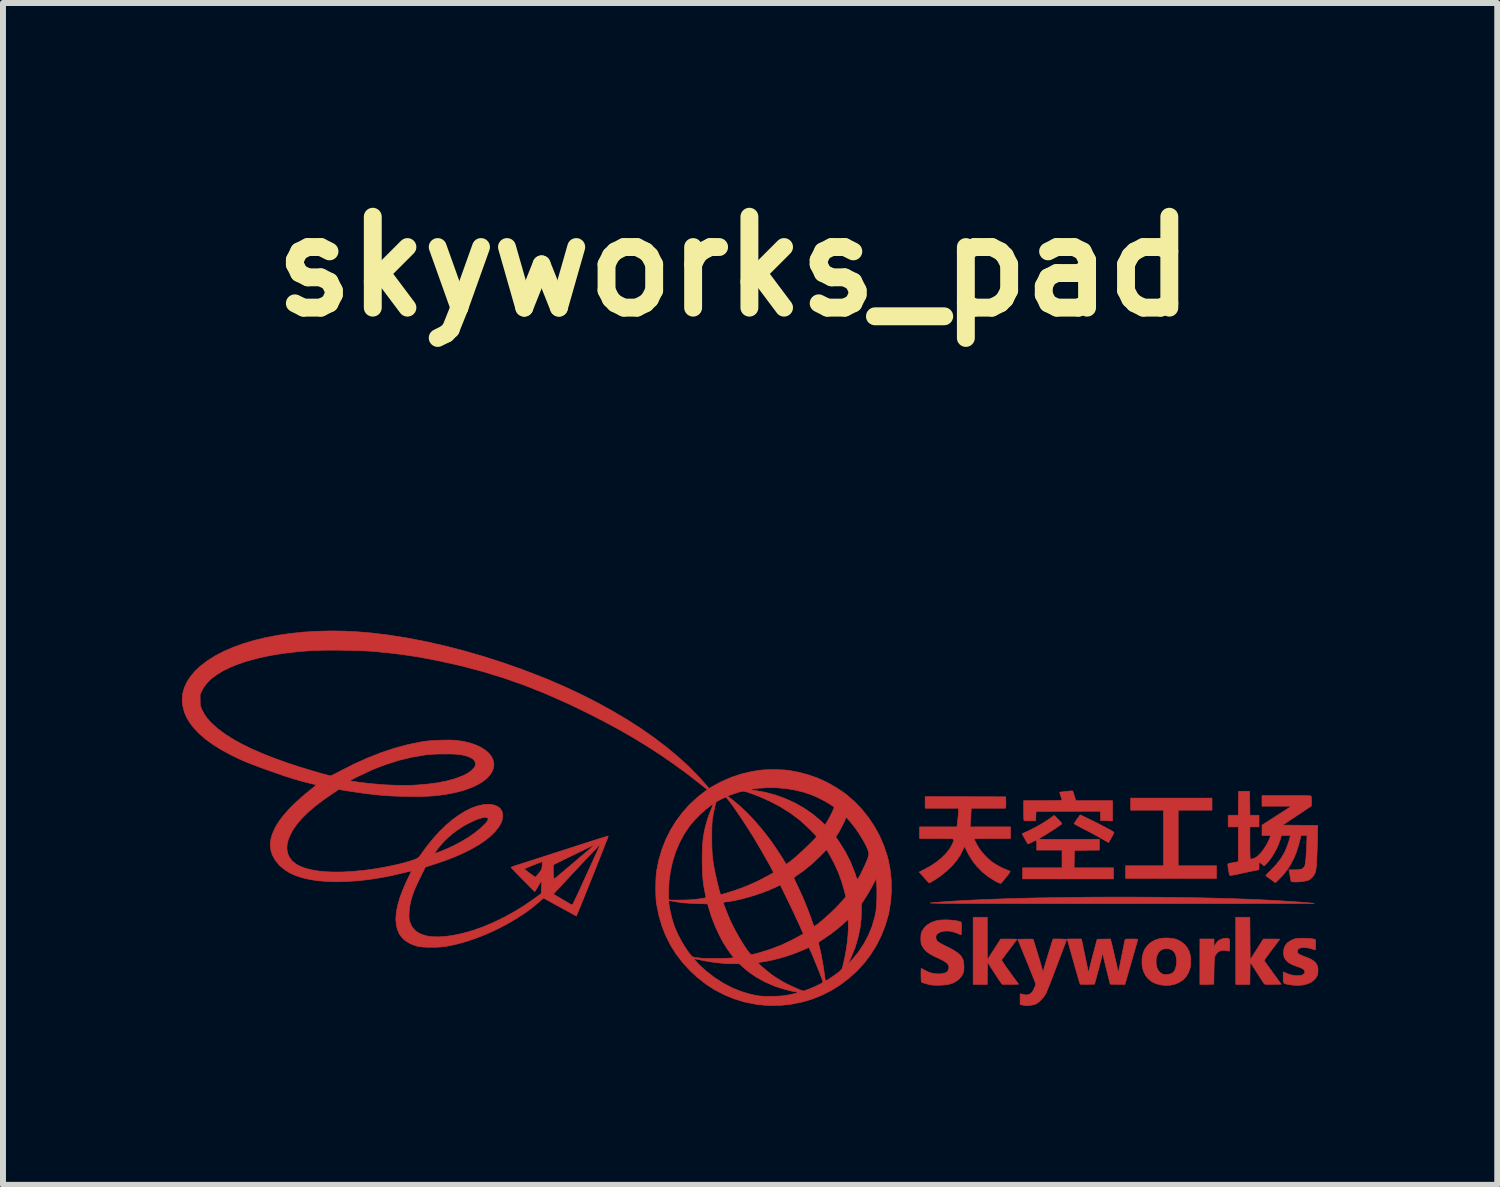
<source format=kicad_pcb>
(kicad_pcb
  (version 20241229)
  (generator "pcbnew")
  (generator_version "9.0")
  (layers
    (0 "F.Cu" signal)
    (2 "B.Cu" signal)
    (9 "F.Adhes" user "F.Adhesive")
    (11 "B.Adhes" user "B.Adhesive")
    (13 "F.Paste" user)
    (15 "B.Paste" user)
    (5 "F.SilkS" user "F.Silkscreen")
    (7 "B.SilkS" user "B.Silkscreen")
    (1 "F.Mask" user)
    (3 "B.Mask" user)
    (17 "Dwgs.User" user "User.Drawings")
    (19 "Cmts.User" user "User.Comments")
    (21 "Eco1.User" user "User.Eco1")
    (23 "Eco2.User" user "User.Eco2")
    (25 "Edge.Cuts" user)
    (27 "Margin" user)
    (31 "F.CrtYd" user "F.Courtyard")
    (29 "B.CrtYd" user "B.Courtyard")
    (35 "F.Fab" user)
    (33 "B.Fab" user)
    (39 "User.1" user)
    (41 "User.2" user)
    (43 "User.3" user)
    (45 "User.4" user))
  (footprint "skyworks_pad"
    (layer "F.Cu")
    (at 9.589 10.651)
    (property "Reference" "skyworks_pad" (at -0.33 -9.233 0) (layer "F.SilkS") (effects (font (size 1.524 1.524) (thickness 0.3))))
    (attr through_hole)
    (fp_poly (pts (xy 7.679 -0.119) (xy 7.112 -0.119) (xy 7.112 0.813) (xy 7.755 0.813) (xy 7.755 1.024) (xy 6.231 1.024) (xy 6.231 0.813) (xy 6.866 0.813) (xy 6.866 -0.119) (xy 6.316 -0.119) (xy 6.316 -0.322) (xy 7.679 -0.322) (xy 7.679 -0.119)) (stroke (width 0.01) (type solid)) (fill yes) (layer "F.Cu"))
    (fp_poly (pts (xy 5.594 0.019) (xy 5.672 0.057) (xy 5.746 0.093) (xy 5.814 0.128) (xy 5.876 0.16) (xy 5.93 0.189) (xy 5.975 0.213) (xy 6.008 0.233) (xy 6.029 0.247) (xy 6.037 0.254) (xy 6.033 0.265) (xy 6.023 0.285) (xy 6.008 0.313) (xy 5.992 0.343) (xy 5.975 0.373) (xy 5.96 0.399) (xy 5.949 0.416) (xy 5.944 0.423) (xy 5.935 0.418) (xy 5.915 0.407) (xy 5.885 0.39) (xy 5.848 0.369) (xy 5.817 0.351) (xy 5.769 0.323) (xy 5.71 0.291) (xy 5.647 0.257) (xy 5.584 0.224) (xy 5.531 0.197) (xy 5.483 0.172) (xy 5.441 0.15) (xy 5.406 0.131) (xy 5.382 0.117) (xy 5.369 0.109) (xy 5.368 0.107) (xy 5.373 0.098) (xy 5.385 0.078) (xy 5.404 0.051) (xy 5.419 0.029) (xy 5.47 -0.041) (xy 5.594 0.019)) (stroke (width 0.01) (type solid)) (fill yes) (layer "F.Cu"))
    (fp_poly (pts (xy 7.935 2.027) (xy 7.959 2.033) (xy 7.971 2.046) (xy 7.973 2.061) (xy 7.975 2.087) (xy 7.976 2.12) (xy 7.975 2.155) (xy 7.974 2.189) (xy 7.973 2.218) (xy 7.97 2.237) (xy 7.967 2.244) (xy 7.954 2.242) (xy 7.932 2.236) (xy 7.923 2.234) (xy 7.87 2.228) (xy 7.821 2.237) (xy 7.778 2.261) (xy 7.744 2.299) (xy 7.733 2.318) (xy 7.728 2.329) (xy 7.724 2.343) (xy 7.721 2.362) (xy 7.719 2.388) (xy 7.717 2.423) (xy 7.715 2.469) (xy 7.714 2.528) (xy 7.713 2.574) (xy 7.709 2.798) (xy 7.592 2.801) (xy 7.476 2.803) (xy 7.476 2.04) (xy 7.713 2.04) (xy 7.713 2.106) (xy 7.713 2.172) (xy 7.739 2.127) (xy 7.759 2.099) (xy 7.782 2.073) (xy 7.796 2.062) (xy 7.83 2.045) (xy 7.867 2.033) (xy 7.903 2.027) (xy 7.935 2.027)) (stroke (width 0.01) (type solid)) (fill yes) (layer "F.Cu"))
    (fp_poly (pts (xy 5.342 -0.441) (xy 5.347 -0.432) (xy 5.354 -0.416) (xy 5.362 -0.389) (xy 5.374 -0.349) (xy 5.377 -0.341) (xy 5.395 -0.279) (xy 6.011 -0.279) (xy 6.011 0.06) (xy 5.912 0.057) (xy 5.812 0.055) (xy 5.807 -0.102) (xy 5.268 -0.1) (xy 4.729 -0.097) (xy 4.726 -0.019) (xy 4.724 0.059) (xy 4.628 0.059) (xy 4.59 0.059) (xy 4.557 0.058) (xy 4.536 0.056) (xy 4.527 0.054) (xy 4.526 0.045) (xy 4.524 0.021) (xy 4.523 -0.015) (xy 4.522 -0.059) (xy 4.522 -0.11) (xy 4.522 -0.115) (xy 4.521 -0.279) (xy 4.843 -0.279) (xy 4.915 -0.28) (xy 4.981 -0.28) (xy 5.04 -0.281) (xy 5.089 -0.282) (xy 5.128 -0.283) (xy 5.154 -0.284) (xy 5.164 -0.286) (xy 5.165 -0.286) (xy 5.162 -0.296) (xy 5.156 -0.319) (xy 5.147 -0.349) (xy 5.144 -0.357) (xy 5.124 -0.421) (xy 5.219 -0.432) (xy 5.258 -0.436) (xy 5.293 -0.44) (xy 5.318 -0.442) (xy 5.329 -0.443) (xy 5.336 -0.443) (xy 5.342 -0.441)) (stroke (width 0.01) (type solid)) (fill yes) (layer "F.Cu"))
    (fp_poly (pts (xy 8.316 2.032) (xy 8.319 2.388) (xy 8.429 2.215) (xy 8.539 2.041) (xy 8.676 2.041) (xy 8.722 2.041) (xy 8.762 2.042) (xy 8.792 2.042) (xy 8.81 2.044) (xy 8.814 2.045) (xy 8.809 2.052) (xy 8.795 2.071) (xy 8.773 2.1) (xy 8.746 2.137) (xy 8.713 2.18) (xy 8.683 2.22) (xy 8.647 2.267) (xy 8.616 2.31) (xy 8.589 2.347) (xy 8.57 2.376) (xy 8.558 2.395) (xy 8.555 2.403) (xy 8.562 2.413) (xy 8.576 2.434) (xy 8.596 2.463) (xy 8.621 2.497) (xy 8.626 2.504) (xy 8.657 2.547) (xy 8.694 2.598) (xy 8.732 2.65) (xy 8.766 2.696) (xy 8.766 2.697) (xy 8.84 2.798) (xy 8.703 2.801) (xy 8.647 2.801) (xy 8.606 2.801) (xy 8.579 2.799) (xy 8.562 2.796) (xy 8.555 2.792) (xy 8.548 2.782) (xy 8.533 2.76) (xy 8.512 2.728) (xy 8.486 2.688) (xy 8.456 2.641) (xy 8.432 2.603) (xy 8.319 2.426) (xy 8.316 2.614) (xy 8.314 2.802) (xy 8.077 2.802) (xy 8.077 1.676) (xy 8.314 1.676) (xy 8.316 2.032)) (stroke (width 0.01) (type solid)) (fill yes) (layer "F.Cu"))
    (fp_poly (pts (xy 3.912 2.391) (xy 3.966 2.307) (xy 3.994 2.263) (xy 4.026 2.213) (xy 4.059 2.162) (xy 4.078 2.132) (xy 4.136 2.041) (xy 4.274 2.041) (xy 4.327 2.041) (xy 4.365 2.042) (xy 4.389 2.043) (xy 4.403 2.046) (xy 4.406 2.05) (xy 4.406 2.051) (xy 4.399 2.061) (xy 4.383 2.081) (xy 4.361 2.112) (xy 4.332 2.15) (xy 4.299 2.193) (xy 4.277 2.222) (xy 4.243 2.267) (xy 4.212 2.308) (xy 4.186 2.343) (xy 4.166 2.37) (xy 4.155 2.387) (xy 4.152 2.391) (xy 4.156 2.402) (xy 4.17 2.425) (xy 4.194 2.462) (xy 4.228 2.511) (xy 4.273 2.573) (xy 4.327 2.648) (xy 4.384 2.726) (xy 4.437 2.798) (xy 4.304 2.801) (xy 4.258 2.801) (xy 4.217 2.801) (xy 4.186 2.801) (xy 4.166 2.8) (xy 4.162 2.799) (xy 4.155 2.792) (xy 4.14 2.771) (xy 4.119 2.741) (xy 4.093 2.702) (xy 4.063 2.656) (xy 4.034 2.612) (xy 3.916 2.428) (xy 3.914 2.615) (xy 3.911 2.802) (xy 3.675 2.802) (xy 3.675 1.676) (xy 3.912 1.676) (xy 3.912 2.391)) (stroke (width 0.01) (type solid)) (fill yes) (layer "F.Cu"))
    (fp_poly (pts (xy 6.954 2.025) (xy 7.012 2.031) (xy 7.062 2.04) (xy 7.087 2.048) (xy 7.159 2.084) (xy 7.219 2.131) (xy 7.266 2.189) (xy 7.3 2.256) (xy 7.3 2.258) (xy 7.313 2.308) (xy 7.321 2.368) (xy 7.323 2.431) (xy 7.319 2.491) (xy 7.311 2.532) (xy 7.284 2.607) (xy 7.243 2.672) (xy 7.192 2.726) (xy 7.129 2.768) (xy 7.058 2.798) (xy 6.979 2.815) (xy 6.893 2.818) (xy 6.819 2.81) (xy 6.739 2.789) (xy 6.669 2.755) (xy 6.611 2.709) (xy 6.565 2.652) (xy 6.531 2.583) (xy 6.511 2.505) (xy 6.505 2.455) (xy 6.742 2.455) (xy 6.753 2.513) (xy 6.775 2.562) (xy 6.806 2.601) (xy 6.846 2.626) (xy 6.868 2.633) (xy 6.907 2.637) (xy 6.952 2.633) (xy 6.993 2.622) (xy 7 2.619) (xy 7.024 2.603) (xy 7.043 2.584) (xy 7.043 2.583) (xy 7.061 2.55) (xy 7.075 2.507) (xy 7.084 2.459) (xy 7.087 2.42) (xy 7.081 2.351) (xy 7.066 2.294) (xy 7.039 2.251) (xy 7.003 2.221) (xy 6.957 2.205) (xy 6.917 2.201) (xy 6.863 2.208) (xy 6.819 2.23) (xy 6.784 2.264) (xy 6.759 2.312) (xy 6.744 2.373) (xy 6.742 2.39) (xy 6.742 2.455) (xy 6.505 2.455) (xy 6.505 2.451) (xy 6.507 2.362) (xy 6.523 2.282) (xy 6.552 2.211) (xy 6.595 2.151) (xy 6.651 2.1) (xy 6.718 2.061) (xy 6.791 2.036) (xy 6.838 2.028) (xy 6.894 2.024) (xy 6.954 2.025)) (stroke (width 0.01) (type solid)) (fill yes) (layer "F.Cu"))
    (fp_poly (pts (xy 5.1 0.034) (xy 5.127 0.062) (xy 5.148 0.086) (xy 5.159 0.102) (xy 5.161 0.109) (xy 5.152 0.118) (xy 5.13 0.134) (xy 5.099 0.155) (xy 5.062 0.181) (xy 5.02 0.209) (xy 4.975 0.237) (xy 4.932 0.265) (xy 4.892 0.29) (xy 4.857 0.311) (xy 4.853 0.313) (xy 4.821 0.332) (xy 4.794 0.349) (xy 4.776 0.36) (xy 4.77 0.365) (xy 4.778 0.366) (xy 4.801 0.367) (xy 4.838 0.368) (xy 4.887 0.369) (xy 4.948 0.37) (xy 5.018 0.37) (xy 5.097 0.371) (xy 5.183 0.371) (xy 5.274 0.37) (xy 5.279 0.37) (xy 5.791 0.368) (xy 5.791 0.459) (xy 5.791 0.55) (xy 5.582 0.552) (xy 5.372 0.555) (xy 5.37 0.701) (xy 5.367 0.847) (xy 6.028 0.847) (xy 6.028 1.033) (xy 4.504 1.033) (xy 4.504 0.847) (xy 5.165 0.847) (xy 5.165 0.55) (xy 4.741 0.55) (xy 4.741 0.466) (xy 4.741 0.43) (xy 4.74 0.402) (xy 4.738 0.385) (xy 4.737 0.381) (xy 4.728 0.385) (xy 4.707 0.394) (xy 4.679 0.408) (xy 4.664 0.415) (xy 4.634 0.43) (xy 4.61 0.441) (xy 4.595 0.447) (xy 4.593 0.447) (xy 4.586 0.437) (xy 4.574 0.417) (xy 4.558 0.39) (xy 4.541 0.359) (xy 4.524 0.329) (xy 4.51 0.303) (xy 4.5 0.284) (xy 4.497 0.276) (xy 4.497 0.276) (xy 4.505 0.272) (xy 4.526 0.262) (xy 4.556 0.249) (xy 4.58 0.238) (xy 4.652 0.203) (xy 4.73 0.163) (xy 4.808 0.119) (xy 4.881 0.074) (xy 4.944 0.032) (xy 4.953 0.026) (xy 5.033 -0.032) (xy 5.1 0.034)) (stroke (width 0.01) (type solid)) (fill yes) (layer "F.Cu"))
    (fp_poly (pts (xy 9.266 2.029) (xy 9.317 2.032) (xy 9.355 2.036) (xy 9.37 2.039) (xy 9.415 2.051) (xy 9.415 2.14) (xy 9.415 2.179) (xy 9.414 2.205) (xy 9.411 2.218) (xy 9.407 2.224) (xy 9.401 2.223) (xy 9.4 2.222) (xy 9.346 2.203) (xy 9.29 2.19) (xy 9.236 2.184) (xy 9.19 2.184) (xy 9.153 2.192) (xy 9.148 2.194) (xy 9.121 2.213) (xy 9.109 2.238) (xy 9.112 2.265) (xy 9.114 2.269) (xy 9.121 2.28) (xy 9.132 2.29) (xy 9.149 2.3) (xy 9.174 2.312) (xy 9.211 2.327) (xy 9.259 2.345) (xy 9.325 2.373) (xy 9.376 2.403) (xy 9.414 2.436) (xy 9.438 2.473) (xy 9.452 2.515) (xy 9.456 2.546) (xy 9.455 2.602) (xy 9.445 2.649) (xy 9.422 2.69) (xy 9.394 2.723) (xy 9.343 2.763) (xy 9.279 2.792) (xy 9.206 2.811) (xy 9.124 2.818) (xy 9.036 2.814) (xy 8.982 2.806) (xy 8.938 2.798) (xy 8.908 2.791) (xy 8.889 2.782) (xy 8.878 2.768) (xy 8.874 2.746) (xy 8.873 2.713) (xy 8.873 2.685) (xy 8.873 2.592) (xy 8.918 2.612) (xy 8.973 2.633) (xy 9.029 2.648) (xy 9.083 2.655) (xy 9.132 2.656) (xy 9.174 2.65) (xy 9.207 2.636) (xy 9.228 2.617) (xy 9.233 2.604) (xy 9.235 2.581) (xy 9.225 2.561) (xy 9.204 2.542) (xy 9.168 2.524) (xy 9.118 2.505) (xy 9.097 2.498) (xy 9.037 2.476) (xy 8.99 2.453) (xy 8.954 2.428) (xy 8.929 2.405) (xy 8.905 2.375) (xy 8.89 2.347) (xy 8.882 2.315) (xy 8.879 2.274) (xy 8.879 2.265) (xy 8.885 2.204) (xy 8.905 2.152) (xy 8.94 2.108) (xy 8.99 2.072) (xy 9.04 2.048) (xy 9.062 2.04) (xy 9.084 2.034) (xy 9.109 2.031) (xy 9.142 2.029) (xy 9.187 2.028) (xy 9.207 2.028) (xy 9.266 2.029)) (stroke (width 0.01) (type solid)) (fill yes) (layer "F.Cu"))
    (fp_poly (pts (xy 6.517 1.339) (xy 6.774 1.34) (xy 7.027 1.343) (xy 7.277 1.347) (xy 7.521 1.351) (xy 7.758 1.357) (xy 7.988 1.363) (xy 8.21 1.371) (xy 8.421 1.379) (xy 8.621 1.389) (xy 8.809 1.399) (xy 8.911 1.406) (xy 8.982 1.41) (xy 9.054 1.415) (xy 9.123 1.42) (xy 9.19 1.425) (xy 9.25 1.43) (xy 9.302 1.434) (xy 9.345 1.438) (xy 9.375 1.441) (xy 9.392 1.443) (xy 9.394 1.443) (xy 9.386 1.444) (xy 9.362 1.444) (xy 9.322 1.444) (xy 9.267 1.444) (xy 9.197 1.444) (xy 9.113 1.445) (xy 9.016 1.445) (xy 8.906 1.445) (xy 8.783 1.445) (xy 8.649 1.445) (xy 8.503 1.445) (xy 8.347 1.445) (xy 8.181 1.446) (xy 8.005 1.446) (xy 7.821 1.446) (xy 7.628 1.446) (xy 7.427 1.446) (xy 7.22 1.446) (xy 7.005 1.446) (xy 6.785 1.446) (xy 6.559 1.446) (xy 6.328 1.446) (xy 6.126 1.446) (xy 5.842 1.446) (xy 5.575 1.446) (xy 5.324 1.446) (xy 5.089 1.446) (xy 4.868 1.446) (xy 4.663 1.446) (xy 4.471 1.445) (xy 4.294 1.445) (xy 4.13 1.445) (xy 3.979 1.445) (xy 3.84 1.445) (xy 3.713 1.444) (xy 3.598 1.444) (xy 3.494 1.444) (xy 3.401 1.443) (xy 3.318 1.443) (xy 3.245 1.442) (xy 3.181 1.442) (xy 3.127 1.442) (xy 3.08 1.441) (xy 3.042 1.44) (xy 3.011 1.44) (xy 2.988 1.439) (xy 2.971 1.438) (xy 2.96 1.438) (xy 2.956 1.437) (xy 2.956 1.436) (xy 2.962 1.435) (xy 2.968 1.434) (xy 3.112 1.422) (xy 3.273 1.41) (xy 3.448 1.399) (xy 3.636 1.389) (xy 3.837 1.38) (xy 4.048 1.372) (xy 4.27 1.364) (xy 4.5 1.358) (xy 4.738 1.352) (xy 4.982 1.348) (xy 5.232 1.344) (xy 5.486 1.341) (xy 5.742 1.339) (xy 6 1.338) (xy 6.259 1.338) (xy 6.517 1.339)) (stroke (width 0.01) (type solid)) (fill yes) (layer "F.Cu"))
    (fp_poly (pts (xy 5.173 2.041) (xy 5.208 2.043) (xy 5.232 2.045) (xy 5.241 2.048) (xy 5.241 2.049) (xy 5.238 2.06) (xy 5.23 2.082) (xy 5.223 2.101) (xy 5.217 2.118) (xy 5.205 2.149) (xy 5.189 2.192) (xy 5.168 2.246) (xy 5.145 2.308) (xy 5.119 2.377) (xy 5.091 2.452) (xy 5.066 2.518) (xy 5.036 2.596) (xy 5.008 2.671) (xy 4.981 2.741) (xy 4.956 2.804) (xy 4.934 2.859) (xy 4.916 2.903) (xy 4.903 2.935) (xy 4.896 2.95) (xy 4.867 2.998) (xy 4.831 3.043) (xy 4.791 3.084) (xy 4.751 3.116) (xy 4.713 3.136) (xy 4.712 3.136) (xy 4.686 3.143) (xy 4.653 3.149) (xy 4.615 3.153) (xy 4.58 3.156) (xy 4.551 3.157) (xy 4.534 3.154) (xy 4.534 3.154) (xy 4.52 3.151) (xy 4.498 3.146) (xy 4.494 3.146) (xy 4.462 3.14) (xy 4.462 3.047) (xy 4.462 3.006) (xy 4.463 2.979) (xy 4.465 2.964) (xy 4.469 2.958) (xy 4.475 2.958) (xy 4.477 2.959) (xy 4.518 2.972) (xy 4.558 2.978) (xy 4.582 2.977) (xy 4.62 2.965) (xy 4.65 2.945) (xy 4.676 2.912) (xy 4.695 2.875) (xy 4.709 2.843) (xy 4.719 2.817) (xy 4.724 2.799) (xy 4.724 2.797) (xy 4.721 2.786) (xy 4.712 2.761) (xy 4.698 2.724) (xy 4.679 2.676) (xy 4.656 2.619) (xy 4.63 2.554) (xy 4.602 2.483) (xy 4.573 2.413) (xy 4.422 2.045) (xy 4.549 2.042) (xy 4.594 2.042) (xy 4.632 2.042) (xy 4.661 2.042) (xy 4.677 2.043) (xy 4.679 2.043) (xy 4.683 2.053) (xy 4.691 2.076) (xy 4.702 2.11) (xy 4.715 2.154) (xy 4.731 2.204) (xy 4.748 2.259) (xy 4.765 2.316) (xy 4.782 2.372) (xy 4.798 2.426) (xy 4.812 2.475) (xy 4.824 2.516) (xy 4.833 2.547) (xy 4.838 2.567) (xy 4.838 2.57) (xy 4.845 2.603) (xy 4.864 2.532) (xy 4.871 2.504) (xy 4.883 2.464) (xy 4.898 2.413) (xy 4.916 2.355) (xy 4.935 2.292) (xy 4.955 2.228) (xy 4.974 2.165) (xy 4.992 2.107) (xy 5.005 2.068) (xy 5.014 2.04) (xy 5.127 2.04) (xy 5.173 2.041)) (stroke (width 0.01) (type solid)) (fill yes) (layer "F.Cu"))
    (fp_poly (pts (xy 5.985 2.072) (xy 5.993 2.104) (xy 6.004 2.146) (xy 6.016 2.197) (xy 6.029 2.253) (xy 6.043 2.313) (xy 6.057 2.372) (xy 6.07 2.429) (xy 6.081 2.48) (xy 6.091 2.524) (xy 6.098 2.557) (xy 6.101 2.576) (xy 6.102 2.578) (xy 6.103 2.588) (xy 6.106 2.592) (xy 6.109 2.589) (xy 6.113 2.577) (xy 6.118 2.556) (xy 6.126 2.522) (xy 6.135 2.477) (xy 6.147 2.417) (xy 6.161 2.349) (xy 6.174 2.283) (xy 6.186 2.221) (xy 6.197 2.167) (xy 6.206 2.121) (xy 6.213 2.086) (xy 6.217 2.065) (xy 6.219 2.06) (xy 6.221 2.052) (xy 6.227 2.046) (xy 6.238 2.043) (xy 6.257 2.041) (xy 6.288 2.041) (xy 6.329 2.04) (xy 6.369 2.041) (xy 6.402 2.042) (xy 6.425 2.044) (xy 6.435 2.047) (xy 6.435 2.047) (xy 6.432 2.056) (xy 6.426 2.08) (xy 6.416 2.117) (xy 6.402 2.165) (xy 6.386 2.223) (xy 6.367 2.289) (xy 6.346 2.361) (xy 6.327 2.428) (xy 6.219 2.803) (xy 5.973 2.798) (xy 5.912 2.557) (xy 5.896 2.494) (xy 5.882 2.435) (xy 5.87 2.383) (xy 5.86 2.339) (xy 5.853 2.307) (xy 5.85 2.288) (xy 5.85 2.286) (xy 5.849 2.277) (xy 5.845 2.282) (xy 5.839 2.304) (xy 5.834 2.328) (xy 5.827 2.358) (xy 5.816 2.4) (xy 5.803 2.451) (xy 5.788 2.509) (xy 5.772 2.569) (xy 5.764 2.599) (xy 5.71 2.798) (xy 5.59 2.801) (xy 5.547 2.801) (xy 5.51 2.8) (xy 5.483 2.799) (xy 5.468 2.797) (xy 5.467 2.796) (xy 5.464 2.787) (xy 5.456 2.763) (xy 5.446 2.727) (xy 5.432 2.68) (xy 5.416 2.624) (xy 5.398 2.561) (xy 5.38 2.498) (xy 5.36 2.426) (xy 5.34 2.356) (xy 5.322 2.29) (xy 5.305 2.23) (xy 5.291 2.18) (xy 5.28 2.142) (xy 5.275 2.123) (xy 5.252 2.04) (xy 5.491 2.04) (xy 5.515 2.157) (xy 5.525 2.204) (xy 5.537 2.262) (xy 5.551 2.326) (xy 5.564 2.391) (xy 5.575 2.446) (xy 5.587 2.503) (xy 5.596 2.544) (xy 5.603 2.573) (xy 5.608 2.589) (xy 5.611 2.596) (xy 5.614 2.593) (xy 5.616 2.583) (xy 5.617 2.577) (xy 5.62 2.558) (xy 5.628 2.526) (xy 5.638 2.482) (xy 5.652 2.429) (xy 5.667 2.37) (xy 5.684 2.306) (xy 5.688 2.29) (xy 5.753 2.045) (xy 5.865 2.042) (xy 5.977 2.04) (xy 5.985 2.072)) (stroke (width 0.01) (type solid)) (fill yes) (layer "F.Cu"))
    (fp_poly (pts (xy 3.287 1.723) (xy 3.344 1.727) (xy 3.395 1.735) (xy 3.437 1.744) (xy 3.467 1.754) (xy 3.471 1.756) (xy 3.475 1.767) (xy 3.478 1.789) (xy 3.48 1.819) (xy 3.48 1.855) (xy 3.48 1.891) (xy 3.479 1.924) (xy 3.476 1.95) (xy 3.473 1.967) (xy 3.469 1.97) (xy 3.402 1.942) (xy 3.346 1.923) (xy 3.296 1.911) (xy 3.25 1.906) (xy 3.202 1.907) (xy 3.199 1.908) (xy 3.144 1.917) (xy 3.101 1.934) (xy 3.069 1.958) (xy 3.052 1.987) (xy 3.049 2.021) (xy 3.061 2.057) (xy 3.067 2.067) (xy 3.077 2.079) (xy 3.092 2.091) (xy 3.115 2.106) (xy 3.147 2.124) (xy 3.19 2.147) (xy 3.233 2.168) (xy 3.31 2.207) (xy 3.372 2.244) (xy 3.421 2.278) (xy 3.459 2.312) (xy 3.486 2.348) (xy 3.504 2.386) (xy 3.515 2.43) (xy 3.52 2.48) (xy 3.52 2.482) (xy 3.521 2.537) (xy 3.515 2.582) (xy 3.511 2.6) (xy 3.486 2.656) (xy 3.446 2.705) (xy 3.394 2.747) (xy 3.332 2.78) (xy 3.282 2.796) (xy 3.237 2.805) (xy 3.182 2.811) (xy 3.121 2.815) (xy 3.061 2.816) (xy 3.007 2.814) (xy 2.976 2.811) (xy 2.941 2.804) (xy 2.903 2.795) (xy 2.867 2.785) (xy 2.836 2.775) (xy 2.814 2.766) (xy 2.807 2.76) (xy 2.805 2.749) (xy 2.803 2.725) (xy 2.802 2.693) (xy 2.801 2.656) (xy 2.801 2.618) (xy 2.801 2.583) (xy 2.802 2.555) (xy 2.803 2.538) (xy 2.804 2.535) (xy 2.813 2.537) (xy 2.832 2.546) (xy 2.857 2.561) (xy 2.858 2.561) (xy 2.935 2.599) (xy 3.015 2.62) (xy 3.09 2.626) (xy 3.154 2.623) (xy 3.204 2.61) (xy 3.239 2.589) (xy 3.26 2.559) (xy 3.268 2.52) (xy 3.268 2.516) (xy 3.266 2.492) (xy 3.259 2.474) (xy 3.243 2.455) (xy 3.235 2.446) (xy 3.209 2.425) (xy 3.175 2.404) (xy 3.148 2.389) (xy 3.116 2.374) (xy 3.076 2.355) (xy 3.033 2.335) (xy 3.014 2.326) (xy 2.941 2.286) (xy 2.885 2.243) (xy 2.843 2.196) (xy 2.822 2.161) (xy 2.81 2.135) (xy 2.803 2.112) (xy 2.8 2.086) (xy 2.798 2.052) (xy 2.798 2.032) (xy 2.799 1.992) (xy 2.801 1.963) (xy 2.807 1.939) (xy 2.816 1.915) (xy 2.822 1.903) (xy 2.859 1.847) (xy 2.91 1.8) (xy 2.974 1.763) (xy 3.05 1.736) (xy 3.075 1.73) (xy 3.118 1.724) (xy 3.171 1.721) (xy 3.228 1.72) (xy 3.287 1.723)) (stroke (width 0.01) (type solid)) (fill yes) (layer "F.Cu"))
    (fp_poly (pts (xy 3.545 -0.345) (xy 4.221 -0.343) (xy 4.223 -0.268) (xy 4.224 -0.231) (xy 4.224 -0.199) (xy 4.222 -0.177) (xy 4.221 -0.172) (xy 4.216 -0.152) (xy 3.643 -0.152) (xy 3.637 -0.04) (xy 3.635 0.006) (xy 3.632 0.051) (xy 3.629 0.089) (xy 3.627 0.116) (xy 3.627 0.116) (xy 3.622 0.161) (xy 4.301 0.161) (xy 4.301 0.356) (xy 3.996 0.356) (xy 3.926 0.356) (xy 3.862 0.356) (xy 3.805 0.357) (xy 3.758 0.358) (xy 3.722 0.359) (xy 3.699 0.361) (xy 3.692 0.362) (xy 3.696 0.374) (xy 3.706 0.397) (xy 3.722 0.427) (xy 3.74 0.46) (xy 3.759 0.494) (xy 3.777 0.523) (xy 3.783 0.533) (xy 3.816 0.577) (xy 3.859 0.626) (xy 3.907 0.675) (xy 3.955 0.72) (xy 3.987 0.746) (xy 4.038 0.78) (xy 4.099 0.816) (xy 4.163 0.849) (xy 4.223 0.875) (xy 4.238 0.881) (xy 4.265 0.892) (xy 4.286 0.901) (xy 4.296 0.906) (xy 4.293 0.915) (xy 4.282 0.933) (xy 4.263 0.959) (xy 4.239 0.99) (xy 4.238 0.99) (xy 4.212 1.023) (xy 4.188 1.052) (xy 4.17 1.076) (xy 4.16 1.088) (xy 4.146 1.103) (xy 4.133 1.109) (xy 4.12 1.105) (xy 4.096 1.095) (xy 4.065 1.08) (xy 4.047 1.07) (xy 3.936 1.001) (xy 3.832 0.919) (xy 3.739 0.824) (xy 3.694 0.769) (xy 3.665 0.729) (xy 3.634 0.681) (xy 3.603 0.63) (xy 3.577 0.582) (xy 3.557 0.541) (xy 3.554 0.536) (xy 3.544 0.511) (xy 3.535 0.495) (xy 3.531 0.491) (xy 3.526 0.498) (xy 3.516 0.517) (xy 3.51 0.531) (xy 3.462 0.628) (xy 3.399 0.722) (xy 3.321 0.814) (xy 3.229 0.902) (xy 3.124 0.986) (xy 3.022 1.054) (xy 2.99 1.073) (xy 2.963 1.089) (xy 2.945 1.098) (xy 2.939 1.101) (xy 2.931 1.095) (xy 2.914 1.078) (xy 2.891 1.053) (xy 2.863 1.022) (xy 2.851 1.009) (xy 2.771 0.918) (xy 2.86 0.872) (xy 2.967 0.813) (xy 3.063 0.748) (xy 3.148 0.679) (xy 3.22 0.608) (xy 3.278 0.535) (xy 3.321 0.461) (xy 3.335 0.428) (xy 3.343 0.408) (xy 3.349 0.393) (xy 3.351 0.381) (xy 3.349 0.372) (xy 3.341 0.365) (xy 3.325 0.36) (xy 3.3 0.358) (xy 3.264 0.356) (xy 3.215 0.356) (xy 3.154 0.355) (xy 3.076 0.356) (xy 3.065 0.356) (xy 2.777 0.356) (xy 2.777 0.161) (xy 3.402 0.161) (xy 3.407 0.129) (xy 3.412 0.097) (xy 3.416 0.055) (xy 3.421 0.008) (xy 3.425 -0.039) (xy 3.428 -0.081) (xy 3.429 -0.111) (xy 3.429 -0.112) (xy 3.429 -0.152) (xy 2.87 -0.152) (xy 2.87 -0.347) (xy 3.545 -0.345)) (stroke (width 0.01) (type solid)) (fill yes) (layer "F.Cu"))
    (fp_poly (pts (xy 8.315 -0.034) (xy 8.467 -0.034) (xy 8.467 0.161) (xy 8.314 0.161) (xy 8.314 0.432) (xy 8.314 0.51) (xy 8.315 0.573) (xy 8.316 0.621) (xy 8.317 0.657) (xy 8.319 0.682) (xy 8.321 0.696) (xy 8.324 0.702) (xy 8.325 0.703) (xy 8.367 0.695) (xy 8.411 0.675) (xy 8.438 0.656) (xy 8.481 0.615) (xy 8.525 0.563) (xy 8.566 0.505) (xy 8.602 0.446) (xy 8.615 0.419) (xy 8.636 0.375) (xy 8.65 0.344) (xy 8.656 0.323) (xy 8.654 0.312) (xy 8.644 0.306) (xy 8.624 0.305) (xy 8.594 0.305) (xy 8.59 0.305) (xy 8.517 0.305) (xy 8.518 0.218) (xy 8.518 0.131) (xy 8.764 -0.028) (xy 9.011 -0.186) (xy 8.764 -0.186) (xy 8.517 -0.186) (xy 8.517 -0.364) (xy 8.919 -0.364) (xy 9 -0.364) (xy 9.076 -0.364) (xy 9.146 -0.363) (xy 9.207 -0.363) (xy 9.258 -0.362) (xy 9.298 -0.361) (xy 9.323 -0.36) (xy 9.334 -0.359) (xy 9.34 -0.354) (xy 9.344 -0.341) (xy 9.346 -0.319) (xy 9.347 -0.284) (xy 9.347 -0.272) (xy 9.346 -0.191) (xy 9.105 -0.03) (xy 8.863 0.131) (xy 9.452 0.136) (xy 9.446 0.396) (xy 9.443 0.513) (xy 9.439 0.615) (xy 9.436 0.701) (xy 9.431 0.773) (xy 9.427 0.831) (xy 9.421 0.876) (xy 9.415 0.909) (xy 9.411 0.924) (xy 9.389 0.968) (xy 9.357 1.009) (xy 9.32 1.041) (xy 9.303 1.051) (xy 9.279 1.06) (xy 9.245 1.068) (xy 9.204 1.074) (xy 9.16 1.08) (xy 9.116 1.083) (xy 9.075 1.084) (xy 9.041 1.083) (xy 9.017 1.08) (xy 9.005 1.074) (xy 9.005 1.073) (xy 9.002 1.061) (xy 8.998 1.036) (xy 8.991 1.002) (xy 8.986 0.972) (xy 8.969 0.881) (xy 9.062 0.881) (xy 9.116 0.879) (xy 9.157 0.874) (xy 9.187 0.865) (xy 9.21 0.85) (xy 9.227 0.828) (xy 9.228 0.826) (xy 9.235 0.812) (xy 9.241 0.79) (xy 9.246 0.759) (xy 9.25 0.718) (xy 9.255 0.665) (xy 9.259 0.599) (xy 9.263 0.519) (xy 9.267 0.434) (xy 9.272 0.305) (xy 9.221 0.305) (xy 9.192 0.305) (xy 9.176 0.308) (xy 9.169 0.315) (xy 9.166 0.324) (xy 9.134 0.455) (xy 9.098 0.572) (xy 9.055 0.678) (xy 9.005 0.776) (xy 8.955 0.858) (xy 8.932 0.889) (xy 8.905 0.925) (xy 8.874 0.961) (xy 8.842 0.997) (xy 8.811 1.03) (xy 8.783 1.059) (xy 8.76 1.08) (xy 8.743 1.093) (xy 8.735 1.094) (xy 8.735 1.094) (xy 8.725 1.085) (xy 8.706 1.07) (xy 8.678 1.05) (xy 8.659 1.036) (xy 8.629 1.015) (xy 8.603 0.997) (xy 8.587 0.985) (xy 8.582 0.981) (xy 8.585 0.973) (xy 8.598 0.956) (xy 8.62 0.932) (xy 8.649 0.904) (xy 8.66 0.893) (xy 8.749 0.8) (xy 8.825 0.705) (xy 8.884 0.609) (xy 8.888 0.603) (xy 8.907 0.564) (xy 8.927 0.515) (xy 8.948 0.46) (xy 8.966 0.407) (xy 8.981 0.359) (xy 8.987 0.332) (xy 8.993 0.305) (xy 8.918 0.305) (xy 8.843 0.305) (xy 8.824 0.37) (xy 8.797 0.446) (xy 8.763 0.523) (xy 8.722 0.599) (xy 8.678 0.67) (xy 8.633 0.732) (xy 8.595 0.774) (xy 8.552 0.816) (xy 8.514 0.785) (xy 8.493 0.768) (xy 8.477 0.757) (xy 8.472 0.754) (xy 8.469 0.761) (xy 8.467 0.782) (xy 8.467 0.811) (xy 8.467 0.816) (xy 8.467 0.878) (xy 8.393 0.893) (xy 8.361 0.899) (xy 8.316 0.909) (xy 8.263 0.92) (xy 8.206 0.932) (xy 8.15 0.945) (xy 8.084 0.959) (xy 8.035 0.968) (xy 8 0.974) (xy 7.981 0.975) (xy 7.975 0.973) (xy 7.971 0.959) (xy 7.965 0.934) (xy 7.959 0.901) (xy 7.953 0.866) (xy 7.948 0.832) (xy 7.945 0.804) (xy 7.944 0.787) (xy 7.944 0.784) (xy 7.955 0.777) (xy 7.979 0.77) (xy 8.014 0.763) (xy 8.015 0.763) (xy 8.049 0.757) (xy 8.079 0.752) (xy 8.099 0.748) (xy 8.1 0.748) (xy 8.12 0.743) (xy 8.12 0.161) (xy 7.95 0.161) (xy 7.95 -0.034) (xy 8.119 -0.034) (xy 8.124 -0.436) (xy 8.31 -0.436) (xy 8.315 -0.034)) (stroke (width 0.01) (type solid)) (fill yes) (layer "F.Cu"))
    (fp_poly (pts (xy -6.864 -3.121) (xy -6.626 -3.108) (xy -6.412 -3.09) (xy -6.118 -3.054) (xy -5.814 -3.006) (xy -5.502 -2.946) (xy -5.185 -2.874) (xy -4.865 -2.792) (xy -4.543 -2.699) (xy -4.221 -2.596) (xy -3.901 -2.484) (xy -3.585 -2.363) (xy -3.47 -2.317) (xy -3.18 -2.192) (xy -2.9 -2.061) (xy -2.63 -1.924) (xy -2.371 -1.782) (xy -2.123 -1.635) (xy -1.888 -1.484) (xy -1.666 -1.328) (xy -1.458 -1.169) (xy -1.264 -1.007) (xy -1.084 -0.843) (xy -0.921 -0.676) (xy -0.823 -0.565) (xy -0.752 -0.483) (xy -0.717 -0.504) (xy -0.554 -0.594) (xy -0.385 -0.668) (xy -0.211 -0.726) (xy -0.03 -0.768) (xy 0.097 -0.788) (xy 0.154 -0.794) (xy 0.222 -0.797) (xy 0.297 -0.798) (xy 0.376 -0.798) (xy 0.452 -0.796) (xy 0.522 -0.792) (xy 0.582 -0.786) (xy 0.597 -0.784) (xy 0.761 -0.753) (xy 0.916 -0.711) (xy 1.065 -0.658) (xy 1.182 -0.606) (xy 1.272 -0.56) (xy 1.363 -0.507) (xy 1.451 -0.451) (xy 1.53 -0.396) (xy 1.553 -0.378) (xy 1.686 -0.263) (xy 1.809 -0.135) (xy 1.92 0.004) (xy 2.019 0.152) (xy 2.105 0.309) (xy 2.176 0.472) (xy 2.233 0.641) (xy 2.252 0.716) (xy 2.284 0.881) (xy 2.302 1.052) (xy 2.305 1.225) (xy 2.294 1.396) (xy 2.269 1.563) (xy 2.252 1.641) (xy 2.2 1.818) (xy 2.133 1.988) (xy 2.052 2.149) (xy 1.956 2.302) (xy 1.848 2.445) (xy 1.726 2.577) (xy 1.591 2.699) (xy 1.445 2.81) (xy 1.301 2.9) (xy 1.145 2.98) (xy 0.982 3.045) (xy 0.812 3.096) (xy 0.638 3.131) (xy 0.462 3.152) (xy 0.284 3.156) (xy 0.191 3.152) (xy 0.011 3.131) (xy -0.164 3.095) (xy -0.335 3.042) (xy -0.5 2.974) (xy -0.659 2.891) (xy -0.81 2.793) (xy -0.952 2.681) (xy -1.071 2.571) (xy -1.196 2.434) (xy -1.243 2.372) (xy -0.999 2.372) (xy -0.999 2.379) (xy -0.987 2.396) (xy -0.966 2.42) (xy -0.939 2.45) (xy -0.906 2.483) (xy -0.869 2.518) (xy -0.831 2.552) (xy -0.809 2.572) (xy -0.668 2.682) (xy -0.521 2.777) (xy -0.37 2.857) (xy -0.214 2.92) (xy -0.054 2.968) (xy 0.072 2.993) (xy 0.117 2.998) (xy 0.175 3.001) (xy 0.241 3.002) (xy 0.311 3.002) (xy 0.381 3) (xy 0.447 2.996) (xy 0.504 2.991) (xy 0.542 2.985) (xy 0.596 2.975) (xy 0.645 2.964) (xy 0.686 2.955) (xy 0.716 2.947) (xy 0.733 2.94) (xy 0.737 2.938) (xy 0.729 2.934) (xy 0.709 2.928) (xy 0.681 2.923) (xy 0.679 2.922) (xy 0.63 2.913) (xy 0.57 2.898) (xy 0.505 2.881) (xy 0.44 2.861) (xy 0.379 2.841) (xy 0.328 2.823) (xy 0.327 2.822) (xy 0.179 2.757) (xy 0.044 2.682) (xy -0.08 2.598) (xy -0.189 2.507) (xy -0.246 2.455) (xy -0.345 2.455) (xy -0.462 2.452) (xy -0.588 2.441) (xy -0.608 2.439) (xy 0.072 2.439) (xy 0.076 2.447) (xy 0.091 2.464) (xy 0.116 2.487) (xy 0.148 2.516) (xy 0.184 2.547) (xy 0.223 2.579) (xy 0.262 2.61) (xy 0.3 2.639) (xy 0.333 2.663) (xy 0.378 2.692) (xy 0.428 2.723) (xy 0.476 2.752) (xy 0.504 2.768) (xy 0.536 2.785) (xy 0.576 2.805) (xy 0.621 2.826) (xy 0.668 2.848) (xy 0.714 2.868) (xy 0.756 2.886) (xy 0.791 2.9) (xy 0.816 2.909) (xy 0.828 2.912) (xy 0.84 2.909) (xy 0.864 2.902) (xy 0.895 2.89) (xy 0.913 2.884) (xy 0.957 2.866) (xy 1.004 2.846) (xy 1.05 2.825) (xy 1.09 2.806) (xy 1.123 2.789) (xy 1.144 2.777) (xy 1.146 2.775) (xy 1.152 2.77) (xy 1.155 2.763) (xy 1.155 2.751) (xy 1.15 2.733) (xy 1.14 2.706) (xy 1.124 2.666) (xy 1.118 2.649) (xy 1.084 2.564) (xy 1.052 2.485) (xy 1.022 2.412) (xy 0.995 2.346) (xy 0.971 2.29) (xy 0.951 2.244) (xy 0.935 2.211) (xy 0.925 2.19) (xy 0.92 2.184) (xy 0.907 2.188) (xy 0.885 2.197) (xy 0.864 2.206) (xy 0.766 2.249) (xy 0.659 2.29) (xy 0.547 2.328) (xy 0.433 2.362) (xy 0.323 2.39) (xy 0.219 2.412) (xy 0.126 2.427) (xy 0.125 2.427) (xy 0.098 2.431) (xy 0.078 2.436) (xy 0.072 2.439) (xy -0.608 2.439) (xy -0.716 2.425) (xy -0.841 2.404) (xy -0.921 2.386) (xy -0.954 2.379) (xy -0.981 2.374) (xy -0.997 2.372) (xy -0.999 2.372) (xy -1.243 2.372) (xy -1.305 2.292) (xy -1.399 2.142) (xy -1.478 1.986) (xy -1.543 1.821) (xy -1.593 1.648) (xy -1.63 1.465) (xy -1.636 1.427) (xy -1.636 1.42) (xy -1.429 1.42) (xy -1.427 1.437) (xy -1.407 1.558) (xy -1.38 1.677) (xy -1.347 1.788) (xy -1.315 1.875) (xy -1.274 1.964) (xy -1.226 2.057) (xy -1.173 2.148) (xy -1.118 2.232) (xy -1.067 2.3) (xy -1.055 2.316) (xy -1.044 2.328) (xy -1.032 2.337) (xy -1.017 2.343) (xy -0.996 2.348) (xy -0.966 2.353) (xy -0.924 2.357) (xy -0.873 2.363) (xy -0.847 2.364) (xy -0.809 2.366) (xy -0.761 2.366) (xy -0.706 2.367) (xy -0.647 2.366) (xy -0.587 2.366) (xy -0.529 2.365) (xy -0.475 2.364) (xy -0.428 2.362) (xy -0.391 2.36) (xy -0.368 2.358) (xy -0.362 2.357) (xy -0.34 2.352) (xy -0.381 2.3) (xy -0.456 2.194) (xy -0.529 2.075) (xy -0.596 1.945) (xy -0.658 1.808) (xy -0.712 1.666) (xy -0.756 1.524) (xy -0.758 1.52) (xy -0.776 1.452) (xy -0.962 1.447) (xy -1.079 1.441) (xy -1.185 1.433) (xy -1.236 1.427) (xy -0.516 1.427) (xy -0.513 1.437) (xy -0.505 1.46) (xy -0.493 1.493) (xy -0.477 1.533) (xy -0.46 1.577) (xy -0.442 1.622) (xy -0.424 1.664) (xy -0.409 1.702) (xy -0.404 1.713) (xy -0.378 1.77) (xy -0.348 1.831) (xy -0.314 1.895) (xy -0.278 1.96) (xy -0.242 2.024) (xy -0.205 2.085) (xy -0.169 2.142) (xy -0.135 2.194) (xy -0.105 2.237) (xy -0.078 2.271) (xy -0.058 2.293) (xy -0.043 2.303) (xy -0.042 2.303) (xy -0.029 2.301) (xy -0.003 2.295) (xy 0.032 2.286) (xy 0.073 2.275) (xy 0.081 2.273) (xy 0.279 2.212) (xy 0.47 2.138) (xy 0.53 2.109) (xy 1.085 2.109) (xy 1.088 2.128) (xy 1.094 2.158) (xy 1.103 2.194) (xy 1.126 2.298) (xy 1.147 2.412) (xy 1.167 2.528) (xy 1.182 2.631) (xy 1.188 2.672) (xy 1.193 2.707) (xy 1.198 2.731) (xy 1.202 2.743) (xy 1.203 2.743) (xy 1.212 2.739) (xy 1.233 2.726) (xy 1.262 2.708) (xy 1.297 2.685) (xy 1.31 2.676) (xy 1.35 2.649) (xy 1.387 2.622) (xy 1.419 2.598) (xy 1.441 2.579) (xy 1.444 2.577) (xy 1.459 2.561) (xy 1.471 2.547) (xy 1.48 2.528) (xy 1.488 2.502) (xy 1.498 2.465) (xy 1.499 2.46) (xy 1.575 2.46) (xy 1.634 2.398) (xy 1.665 2.364) (xy 1.701 2.322) (xy 1.735 2.28) (xy 1.751 2.259) (xy 1.843 2.121) (xy 1.919 1.979) (xy 1.979 1.832) (xy 2.024 1.679) (xy 2.046 1.571) (xy 2.051 1.526) (xy 2.056 1.469) (xy 2.059 1.404) (xy 2.061 1.333) (xy 2.061 1.263) (xy 2.06 1.196) (xy 2.058 1.136) (xy 2.054 1.097) (xy 2.047 1.03) (xy 1.991 1.14) (xy 1.963 1.191) (xy 1.93 1.249) (xy 1.896 1.306) (xy 1.868 1.351) (xy 1.801 1.452) (xy 1.802 1.541) (xy 1.798 1.702) (xy 1.778 1.865) (xy 1.743 2.027) (xy 1.695 2.185) (xy 1.634 2.336) (xy 1.625 2.354) (xy 1.575 2.46) (xy 1.499 2.46) (xy 1.502 2.447) (xy 1.527 2.331) (xy 1.548 2.212) (xy 1.565 2.095) (xy 1.576 1.982) (xy 1.582 1.879) (xy 1.582 1.802) (xy 1.579 1.711) (xy 1.499 1.784) (xy 1.397 1.872) (xy 1.296 1.95) (xy 1.198 2.018) (xy 1.163 2.041) (xy 1.132 2.061) (xy 1.109 2.077) (xy 1.097 2.085) (xy 1.09 2.091) (xy 1.086 2.098) (xy 1.085 2.109) (xy 0.53 2.109) (xy 0.651 2.052) (xy 0.737 2.005) (xy 0.828 1.954) (xy 0.79 1.868) (xy 0.757 1.794) (xy 0.723 1.721) (xy 0.688 1.645) (xy 0.65 1.563) (xy 0.606 1.473) (xy 0.557 1.372) (xy 0.55 1.357) (xy 0.442 1.135) (xy 0.354 1.176) (xy 0.25 1.222) (xy 0.137 1.265) (xy 0.017 1.306) (xy -0.104 1.342) (xy -0.224 1.374) (xy -0.338 1.399) (xy -0.443 1.416) (xy -0.468 1.419) (xy -0.494 1.422) (xy -0.512 1.425) (xy -0.516 1.427) (xy -1.236 1.427) (xy -1.28 1.421) (xy -1.36 1.407) (xy -1.367 1.405) (xy -1.4 1.398) (xy -1.419 1.397) (xy -1.427 1.404) (xy -1.429 1.42) (xy -1.636 1.42) (xy -1.641 1.376) (xy -1.644 1.313) (xy -1.646 1.249) (xy -1.431 1.249) (xy -1.431 1.294) (xy -1.43 1.333) (xy -1.428 1.363) (xy -1.426 1.38) (xy -1.425 1.383) (xy -1.415 1.385) (xy -1.39 1.387) (xy -1.354 1.388) (xy -1.31 1.388) (xy -1.261 1.388) (xy -1.208 1.388) (xy -1.156 1.387) (xy -1.107 1.385) (xy -1.064 1.383) (xy -1.029 1.381) (xy -1.024 1.38) (xy -0.962 1.373) (xy -0.908 1.367) (xy -0.863 1.36) (xy -0.829 1.354) (xy -0.809 1.349) (xy -0.804 1.345) (xy -0.806 1.334) (xy -0.81 1.312) (xy -0.816 1.282) (xy -0.816 1.281) (xy -0.833 1.199) (xy -0.845 1.122) (xy -0.854 1.045) (xy -0.861 0.965) (xy -0.865 0.877) (xy -0.867 0.778) (xy -0.868 0.715) (xy -0.867 0.602) (xy -0.863 0.502) (xy -0.857 0.412) (xy -0.849 0.339) (xy -0.707 0.339) (xy -0.706 0.429) (xy -0.705 0.505) (xy -0.702 0.573) (xy -0.698 0.634) (xy -0.692 0.694) (xy -0.683 0.755) (xy -0.672 0.822) (xy -0.658 0.899) (xy -0.652 0.928) (xy -0.642 0.973) (xy -0.63 1.026) (xy -0.617 1.082) (xy -0.603 1.138) (xy -0.59 1.191) (xy -0.578 1.236) (xy -0.568 1.27) (xy -0.563 1.285) (xy -0.56 1.291) (xy -0.555 1.294) (xy -0.545 1.294) (xy -0.528 1.29) (xy -0.501 1.282) (xy -0.46 1.27) (xy -0.444 1.265) (xy -0.318 1.225) (xy -0.202 1.184) (xy -0.092 1.14) (xy 0.018 1.091) (xy 0.103 1.05) (xy 0.158 1.022) (xy 0.17 1.015) (xy 0.669 1.015) (xy 0.672 1.024) (xy 0.682 1.047) (xy 0.697 1.079) (xy 0.717 1.12) (xy 0.739 1.167) (xy 0.744 1.178) (xy 0.812 1.324) (xy 0.877 1.479) (xy 0.936 1.634) (xy 0.967 1.721) (xy 0.981 1.761) (xy 0.993 1.794) (xy 1.003 1.817) (xy 1.009 1.828) (xy 1.01 1.829) (xy 1.02 1.824) (xy 1.039 1.811) (xy 1.064 1.793) (xy 1.07 1.789) (xy 1.138 1.734) (xy 1.212 1.67) (xy 1.288 1.6) (xy 1.362 1.529) (xy 1.43 1.458) (xy 1.489 1.393) (xy 1.501 1.379) (xy 1.541 1.332) (xy 1.516 1.231) (xy 1.47 1.073) (xy 1.411 0.914) (xy 1.339 0.758) (xy 1.269 0.629) (xy 1.218 0.542) (xy 1.106 0.655) (xy 0.971 0.783) (xy 0.831 0.896) (xy 0.744 0.957) (xy 0.713 0.979) (xy 0.689 0.997) (xy 0.673 1.01) (xy 0.669 1.015) (xy 0.17 1.015) (xy 0.21 0.994) (xy 0.258 0.968) (xy 0.297 0.946) (xy 0.325 0.929) (xy 0.328 0.927) (xy 0.326 0.919) (xy 0.315 0.898) (xy 0.298 0.865) (xy 0.275 0.822) (xy 0.247 0.771) (xy 0.214 0.713) (xy 0.178 0.65) (xy 0.14 0.583) (xy 0.1 0.514) (xy 0.058 0.444) (xy 0.027 0.39) (xy -0.013 0.324) (xy -0.057 0.254) (xy -0.102 0.183) (xy -0.149 0.11) (xy -0.196 0.039) (xy -0.243 -0.031) (xy -0.288 -0.097) (xy -0.33 -0.158) (xy -0.369 -0.212) (xy -0.403 -0.258) (xy -0.432 -0.296) (xy -0.454 -0.322) (xy -0.469 -0.336) (xy -0.473 -0.338) (xy -0.484 -0.335) (xy -0.505 -0.325) (xy -0.534 -0.312) (xy -0.564 -0.296) (xy -0.594 -0.281) (xy -0.618 -0.267) (xy -0.633 -0.258) (xy -0.634 -0.257) (xy -0.638 -0.247) (xy -0.645 -0.223) (xy -0.653 -0.189) (xy -0.662 -0.147) (xy -0.672 -0.1) (xy -0.682 -0.051) (xy -0.688 -0.017) (xy -0.693 0.016) (xy -0.698 0.048) (xy -0.701 0.08) (xy -0.703 0.116) (xy -0.705 0.158) (xy -0.706 0.209) (xy -0.706 0.271) (xy -0.707 0.339) (xy -0.849 0.339) (xy -0.847 0.329) (xy -0.834 0.249) (xy -0.817 0.17) (xy -0.795 0.088) (xy -0.783 0.047) (xy -0.769 0.002) (xy -0.755 -0.039) (xy -0.739 -0.08) (xy -0.72 -0.127) (xy -0.696 -0.184) (xy -0.69 -0.198) (xy -0.676 -0.23) (xy -0.704 -0.211) (xy -0.807 -0.133) (xy -0.908 -0.043) (xy -1.002 0.054) (xy -1.084 0.153) (xy -1.085 0.155) (xy -1.173 0.287) (xy -1.249 0.429) (xy -1.313 0.581) (xy -1.363 0.739) (xy -1.4 0.904) (xy -1.423 1.072) (xy -1.431 1.243) (xy -1.431 1.249) (xy -1.646 1.249) (xy -1.646 1.242) (xy -1.646 1.165) (xy -1.645 1.089) (xy -1.642 1.016) (xy -1.637 0.952) (xy -1.631 0.899) (xy -1.631 0.897) (xy -1.595 0.718) (xy -1.544 0.544) (xy -1.479 0.376) (xy -1.399 0.215) (xy -1.305 0.063) (xy -1.198 -0.08) (xy -1.08 -0.212) (xy -0.949 -0.333) (xy -0.921 -0.355) (xy -0.442 -0.355) (xy -0.367 -0.298) (xy -0.237 -0.19) (xy -0.107 -0.067) (xy 0.022 0.07) (xy 0.149 0.22) (xy 0.242 0.339) (xy 0.275 0.383) (xy 0.312 0.435) (xy 0.351 0.492) (xy 0.391 0.551) (xy 0.429 0.608) (xy 0.463 0.661) (xy 0.491 0.706) (xy 0.508 0.734) (xy 0.523 0.76) (xy 0.535 0.779) (xy 0.542 0.787) (xy 0.542 0.787) (xy 0.55 0.782) (xy 0.569 0.769) (xy 0.596 0.749) (xy 0.629 0.724) (xy 0.648 0.709) (xy 0.675 0.687) (xy 0.709 0.658) (xy 0.749 0.622) (xy 0.792 0.583) (xy 0.837 0.541) (xy 0.881 0.499) (xy 0.924 0.457) (xy 0.963 0.418) (xy 0.997 0.384) (xy 1.024 0.356) (xy 1.042 0.335) (xy 1.046 0.329) (xy 1.371 0.329) (xy 1.434 0.421) (xy 1.535 0.583) (xy 1.62 0.751) (xy 1.689 0.924) (xy 1.703 0.963) (xy 1.713 0.997) (xy 1.722 1.02) (xy 1.729 1.033) (xy 1.738 1.036) (xy 1.748 1.026) (xy 1.761 1.004) (xy 1.78 0.969) (xy 1.805 0.919) (xy 1.811 0.906) (xy 1.851 0.824) (xy 1.882 0.754) (xy 1.905 0.698) (xy 1.919 0.653) (xy 1.926 0.619) (xy 1.926 0.61) (xy 1.921 0.578) (xy 1.906 0.535) (xy 1.884 0.484) (xy 1.854 0.426) (xy 1.819 0.364) (xy 1.779 0.299) (xy 1.737 0.235) (xy 1.692 0.172) (xy 1.647 0.114) (xy 1.617 0.077) (xy 1.547 -0.002) (xy 1.516 0.069) (xy 1.496 0.111) (xy 1.472 0.159) (xy 1.446 0.207) (xy 1.421 0.253) (xy 1.398 0.29) (xy 1.387 0.306) (xy 1.371 0.329) (xy 1.046 0.329) (xy 1.05 0.324) (xy 1.05 0.323) (xy 1.044 0.314) (xy 1.027 0.294) (xy 1.002 0.268) (xy 0.971 0.236) (xy 0.935 0.2) (xy 0.896 0.163) (xy 0.857 0.126) (xy 0.819 0.091) (xy 0.784 0.06) (xy 0.755 0.036) (xy 0.605 -0.075) (xy 0.443 -0.177) (xy 0.269 -0.269) (xy 0.086 -0.35) (xy -0.051 -0.402) (xy -0.101 -0.419) (xy -0.139 -0.43) (xy -0.167 -0.436) (xy -0.187 -0.437) (xy -0.196 -0.437) (xy -0.217 -0.432) (xy -0.249 -0.423) (xy -0.289 -0.41) (xy -0.332 -0.396) (xy -0.374 -0.381) (xy -0.411 -0.368) (xy -0.418 -0.365) (xy -0.442 -0.355) (xy -0.921 -0.355) (xy -0.866 -0.399) (xy -0.78 -0.464) (xy -0.783 -0.466) (xy -0.059 -0.466) (xy -0.058 -0.463) (xy -0.043 -0.459) (xy -0.014 -0.454) (xy 0.004 -0.452) (xy 0.18 -0.421) (xy 0.352 -0.376) (xy 0.52 -0.316) (xy 0.681 -0.243) (xy 0.834 -0.157) (xy 0.977 -0.059) (xy 1.109 0.05) (xy 1.126 0.066) (xy 1.19 0.126) (xy 1.208 0.104) (xy 1.218 0.089) (xy 1.234 0.062) (xy 1.254 0.027) (xy 1.276 -0.014) (xy 1.287 -0.035) (xy 1.307 -0.077) (xy 1.324 -0.113) (xy 1.337 -0.142) (xy 1.343 -0.161) (xy 1.343 -0.165) (xy 1.332 -0.179) (xy 1.307 -0.198) (xy 1.272 -0.222) (xy 1.228 -0.248) (xy 1.178 -0.276) (xy 1.124 -0.304) (xy 1.069 -0.331) (xy 1.015 -0.356) (xy 0.968 -0.376) (xy 0.835 -0.421) (xy 0.692 -0.456) (xy 0.542 -0.481) (xy 0.388 -0.495) (xy 0.233 -0.497) (xy 0.082 -0.488) (xy 0.035 -0.482) (xy -0.013 -0.476) (xy -0.044 -0.471) (xy -0.059 -0.466) (xy -0.783 -0.466) (xy -0.913 -0.569) (xy -1.129 -0.737) (xy -1.347 -0.896) (xy -1.568 -1.048) (xy -1.795 -1.195) (xy -2.028 -1.337) (xy -2.27 -1.476) (xy -2.523 -1.612) (xy -2.789 -1.748) (xy -3.068 -1.883) (xy -3.171 -1.93) (xy -3.511 -2.08) (xy -3.852 -2.215) (xy -4.196 -2.336) (xy -4.546 -2.443) (xy -4.902 -2.538) (xy -5.268 -2.62) (xy -5.596 -2.683) (xy -5.741 -2.706) (xy -5.899 -2.729) (xy -6.068 -2.75) (xy -6.245 -2.768) (xy -6.345 -2.778) (xy -6.418 -2.784) (xy -6.505 -2.789) (xy -6.603 -2.793) (xy -6.708 -2.796) (xy -6.818 -2.799) (xy -6.93 -2.801) (xy -7.039 -2.802) (xy -7.145 -2.802) (xy -7.243 -2.8) (xy -7.33 -2.798) (xy -7.404 -2.795) (xy -7.409 -2.795) (xy -7.618 -2.779) (xy -7.817 -2.757) (xy -8.006 -2.73) (xy -8.184 -2.697) (xy -8.352 -2.658) (xy -8.507 -2.615) (xy -8.65 -2.567) (xy -8.78 -2.514) (xy -8.897 -2.457) (xy -9 -2.395) (xy -9.088 -2.33) (xy -9.161 -2.26) (xy -9.218 -2.187) (xy -9.248 -2.135) (xy -9.284 -2.063) (xy -9.284 -1.965) (xy -9.283 -1.922) (xy -9.282 -1.892) (xy -9.279 -1.868) (xy -9.272 -1.846) (xy -9.262 -1.822) (xy -9.252 -1.8) (xy -9.214 -1.729) (xy -9.17 -1.665) (xy -9.116 -1.603) (xy -9.075 -1.562) (xy -8.978 -1.477) (xy -8.864 -1.393) (xy -8.735 -1.311) (xy -8.59 -1.23) (xy -8.429 -1.151) (xy -8.252 -1.073) (xy -8.058 -0.996) (xy -7.848 -0.92) (xy -7.621 -0.845) (xy -7.378 -0.771) (xy -7.329 -0.757) (xy -7.271 -0.74) (xy -7.217 -0.725) (xy -7.171 -0.713) (xy -7.134 -0.703) (xy -7.109 -0.696) (xy -7.098 -0.694) (xy -7.087 -0.698) (xy -7.063 -0.709) (xy -7.03 -0.725) (xy -6.989 -0.746) (xy -6.943 -0.77) (xy -6.936 -0.774) (xy -6.705 -0.892) (xy -6.475 -0.995) (xy -6.249 -1.084) (xy -6.025 -1.158) (xy -5.807 -1.217) (xy -5.594 -1.261) (xy -5.533 -1.271) (xy -5.471 -1.279) (xy -5.399 -1.285) (xy -5.319 -1.29) (xy -5.238 -1.293) (xy -5.157 -1.294) (xy -5.082 -1.294) (xy -5.017 -1.291) (xy -4.978 -1.288) (xy -4.865 -1.271) (xy -4.761 -1.246) (xy -4.667 -1.214) (xy -4.584 -1.176) (xy -4.512 -1.132) (xy -4.453 -1.083) (xy -4.408 -1.03) (xy -4.377 -0.972) (xy -4.362 -0.911) (xy -4.36 -0.883) (xy -4.369 -0.82) (xy -4.393 -0.759) (xy -4.433 -0.7) (xy -4.487 -0.644) (xy -4.556 -0.592) (xy -4.638 -0.544) (xy -4.732 -0.5) (xy -4.838 -0.461) (xy -4.955 -0.427) (xy -5.083 -0.399) (xy -5.19 -0.381) (xy -5.279 -0.369) (xy -5.366 -0.36) (xy -5.455 -0.354) (xy -5.549 -0.35) (xy -5.651 -0.348) (xy -5.765 -0.349) (xy -5.829 -0.35) (xy -5.951 -0.353) (xy -6.066 -0.357) (xy -6.176 -0.364) (xy -6.286 -0.373) (xy -6.399 -0.385) (xy -6.519 -0.399) (xy -6.648 -0.418) (xy -6.772 -0.436) (xy -6.962 -0.466) (xy -7.081 -0.386) (xy -7.228 -0.284) (xy -7.36 -0.183) (xy -7.476 -0.083) (xy -7.575 0.015) (xy -7.659 0.112) (xy -7.726 0.207) (xy -7.773 0.293) (xy -7.808 0.38) (xy -7.827 0.461) (xy -7.829 0.537) (xy -7.816 0.607) (xy -7.787 0.672) (xy -7.742 0.73) (xy -7.734 0.738) (xy -7.677 0.784) (xy -7.605 0.823) (xy -7.519 0.855) (xy -7.419 0.881) (xy -7.306 0.9) (xy -7.18 0.913) (xy -7.043 0.918) (xy -6.894 0.917) (xy -6.734 0.908) (xy -6.565 0.892) (xy -6.532 0.889) (xy -6.418 0.874) (xy -6.301 0.856) (xy -6.186 0.835) (xy -6.074 0.813) (xy -5.967 0.789) (xy -5.868 0.764) (xy -5.78 0.739) (xy -5.705 0.714) (xy -5.671 0.701) (xy -5.646 0.689) (xy -5.627 0.677) (xy -5.609 0.659) (xy -5.589 0.632) (xy -5.577 0.616) (xy -5.569 0.604) (xy -5.351 0.604) (xy -5.343 0.604) (xy -5.322 0.598) (xy -5.286 0.585) (xy -5.239 0.566) (xy -5.18 0.542) (xy -5.16 0.534) (xy -5.033 0.476) (xy -4.911 0.411) (xy -4.795 0.342) (xy -4.69 0.269) (xy -4.596 0.195) (xy -4.528 0.131) (xy -4.491 0.092) (xy -4.468 0.061) (xy -4.457 0.037) (xy -4.458 0.019) (xy -4.462 0.013) (xy -4.481 0.003) (xy -4.512 0.001) (xy -4.554 0.008) (xy -4.604 0.022) (xy -4.661 0.043) (xy -4.723 0.07) (xy -4.788 0.102) (xy -4.855 0.139) (xy -4.89 0.16) (xy -4.976 0.217) (xy -5.051 0.273) (xy -5.12 0.332) (xy -5.177 0.386) (xy -5.205 0.415) (xy -5.235 0.449) (xy -5.266 0.485) (xy -5.295 0.521) (xy -5.319 0.553) (xy -5.338 0.58) (xy -5.349 0.599) (xy -5.351 0.604) (xy -5.569 0.604) (xy -5.478 0.48) (xy -5.376 0.354) (xy -5.27 0.238) (xy -5.164 0.135) (xy -5.056 0.043) (xy -4.948 -0.036) (xy -4.841 -0.102) (xy -4.736 -0.154) (xy -4.633 -0.191) (xy -4.534 -0.213) (xy -4.492 -0.217) (xy -4.42 -0.217) (xy -4.356 -0.206) (xy -4.302 -0.184) (xy -4.259 -0.153) (xy -4.23 -0.114) (xy -4.214 -0.068) (xy -4.211 -0.014) (xy -4.22 0.042) (xy -4.238 0.093) (xy -4.283 0.17) (xy -4.345 0.246) (xy -4.422 0.321) (xy -4.515 0.395) (xy -4.622 0.466) (xy -4.744 0.536) (xy -4.881 0.604) (xy -5.03 0.669) (xy -5.193 0.731) (xy -5.309 0.77) (xy -5.508 0.835) (xy -5.588 0.996) (xy -5.643 1.109) (xy -5.688 1.211) (xy -5.723 1.305) (xy -5.749 1.392) (xy -5.767 1.474) (xy -5.778 1.554) (xy -5.78 1.593) (xy -5.782 1.64) (xy -5.782 1.675) (xy -5.78 1.703) (xy -5.775 1.727) (xy -5.768 1.754) (xy -5.767 1.758) (xy -5.738 1.825) (xy -5.696 1.882) (xy -5.64 1.928) (xy -5.572 1.963) (xy -5.49 1.988) (xy -5.396 2.002) (xy -5.288 2.005) (xy -5.168 1.997) (xy -5.046 1.98) (xy -4.883 1.946) (xy -4.714 1.898) (xy -4.541 1.837) (xy -4.365 1.763) (xy -4.189 1.677) (xy -4.014 1.581) (xy -3.841 1.474) (xy -3.674 1.358) (xy -3.66 1.348) (xy -3.577 1.287) (xy -3.363 1.287) (xy -3.331 1.306) (xy -3.255 1.351) (xy -3.193 1.388) (xy -3.144 1.417) (xy -3.105 1.439) (xy -3.077 1.455) (xy -3.058 1.465) (xy -3.048 1.469) (xy -3.044 1.47) (xy -3.04 1.462) (xy -3.028 1.44) (xy -3.012 1.406) (xy -2.99 1.36) (xy -2.963 1.304) (xy -2.933 1.239) (xy -2.9 1.168) (xy -2.865 1.09) (xy -2.835 1.024) (xy -2.797 0.941) (xy -2.76 0.86) (xy -2.725 0.784) (xy -2.693 0.714) (xy -2.665 0.652) (xy -2.641 0.599) (xy -2.622 0.558) (xy -2.608 0.529) (xy -2.603 0.517) (xy -2.59 0.488) (xy -2.58 0.466) (xy -2.576 0.453) (xy -2.576 0.452) (xy -2.582 0.458) (xy -2.598 0.474) (xy -2.623 0.5) (xy -2.656 0.535) (xy -2.695 0.575) (xy -2.739 0.622) (xy -2.787 0.672) (xy -2.837 0.725) (xy -2.888 0.779) (xy -2.938 0.833) (xy -2.987 0.885) (xy -3.033 0.934) (xy -3.074 0.978) (xy -3.11 1.017) (xy -3.12 1.028) (xy -3.137 1.046) (xy -3.163 1.074) (xy -3.195 1.109) (xy -3.231 1.147) (xy -3.258 1.176) (xy -3.363 1.287) (xy -3.577 1.287) (xy -3.567 1.279) (xy -3.561 1.172) (xy -3.559 1.131) (xy -3.558 1.097) (xy -3.558 1.073) (xy -3.558 1.062) (xy -3.558 1.062) (xy -3.563 1.068) (xy -3.575 1.085) (xy -3.592 1.113) (xy -3.612 1.147) (xy -3.615 1.152) (xy -3.636 1.187) (xy -3.654 1.216) (xy -3.668 1.236) (xy -3.675 1.244) (xy -3.675 1.245) (xy -3.682 1.239) (xy -3.699 1.222) (xy -3.725 1.197) (xy -3.757 1.165) (xy -3.794 1.128) (xy -3.834 1.087) (xy -3.876 1.044) (xy -3.918 1.001) (xy -3.958 0.96) (xy -3.995 0.922) (xy -4.026 0.889) (xy -4.05 0.864) (xy -3.847 0.864) (xy -3.843 0.871) (xy -3.827 0.885) (xy -3.802 0.906) (xy -3.77 0.93) (xy -3.759 0.938) (xy -3.663 1.005) (xy -3.613 0.947) (xy -3.583 0.909) (xy -3.564 0.879) (xy -3.556 0.856) (xy -3.364 0.856) (xy -3.363 0.898) (xy -3.363 0.917) (xy -3.361 0.959) (xy -3.359 0.994) (xy -3.356 1.02) (xy -3.353 1.032) (xy -3.352 1.033) (xy -3.343 1.028) (xy -3.324 1.014) (xy -3.299 0.994) (xy -3.282 0.98) (xy -3.226 0.933) (xy -3.167 0.883) (xy -3.106 0.832) (xy -3.044 0.779) (xy -2.982 0.727) (xy -2.923 0.676) (xy -2.866 0.628) (xy -2.814 0.584) (xy -2.768 0.545) (xy -2.73 0.512) (xy -2.7 0.486) (xy -2.679 0.468) (xy -2.671 0.46) (xy -2.67 0.46) (xy -2.678 0.462) (xy -2.697 0.471) (xy -2.724 0.484) (xy -2.731 0.487) (xy -2.752 0.498) (xy -2.787 0.515) (xy -2.832 0.537) (xy -2.886 0.564) (xy -2.947 0.593) (xy -3.011 0.624) (xy -3.065 0.65) (xy -3.129 0.681) (xy -3.188 0.71) (xy -3.241 0.736) (xy -3.286 0.758) (xy -3.321 0.775) (xy -3.344 0.787) (xy -3.353 0.792) (xy -3.359 0.798) (xy -3.362 0.808) (xy -3.364 0.827) (xy -3.364 0.856) (xy -3.556 0.856) (xy -3.555 0.853) (xy -3.555 0.852) (xy -3.551 0.822) (xy -3.548 0.792) (xy -3.548 0.766) (xy -3.551 0.749) (xy -3.554 0.745) (xy -3.564 0.748) (xy -3.586 0.756) (xy -3.618 0.769) (xy -3.657 0.784) (xy -3.698 0.801) (xy -3.74 0.818) (xy -3.779 0.834) (xy -3.811 0.848) (xy -3.835 0.858) (xy -3.846 0.864) (xy -3.847 0.864) (xy -4.05 0.864) (xy -4.051 0.863) (xy -4.067 0.846) (xy -4.072 0.839) (xy -4.072 0.838) (xy -4.065 0.835) (xy -4.043 0.827) (xy -4.011 0.815) (xy -3.97 0.801) (xy -3.923 0.786) (xy -3.922 0.786) (xy -3.886 0.775) (xy -3.837 0.759) (xy -3.775 0.739) (xy -3.702 0.716) (xy -3.622 0.69) (xy -3.535 0.662) (xy -3.444 0.632) (xy -3.351 0.602) (xy -3.268 0.576) (xy -3.133 0.532) (xy -3.013 0.494) (xy -2.908 0.46) (xy -2.816 0.43) (xy -2.737 0.405) (xy -2.669 0.383) (xy -2.613 0.365) (xy -2.566 0.35) (xy -2.528 0.339) (xy -2.498 0.33) (xy -2.476 0.323) (xy -2.46 0.318) (xy -2.45 0.316) (xy -2.444 0.315) (xy -2.443 0.315) (xy -2.445 0.323) (xy -2.453 0.346) (xy -2.466 0.381) (xy -2.484 0.428) (xy -2.507 0.485) (xy -2.532 0.551) (xy -2.561 0.624) (xy -2.592 0.703) (xy -2.626 0.787) (xy -2.66 0.874) (xy -2.695 0.962) (xy -2.731 1.051) (xy -2.766 1.139) (xy -2.8 1.224) (xy -2.833 1.305) (xy -2.864 1.382) (xy -2.892 1.451) (xy -2.917 1.513) (xy -2.939 1.565) (xy -2.956 1.607) (xy -2.969 1.636) (xy -2.976 1.651) (xy -2.977 1.654) (xy -2.986 1.649) (xy -3.008 1.638) (xy -3.041 1.621) (xy -3.082 1.598) (xy -3.13 1.572) (xy -3.175 1.547) (xy -3.232 1.516) (xy -3.29 1.484) (xy -3.344 1.455) (xy -3.392 1.428) (xy -3.43 1.408) (xy -3.447 1.398) (xy -3.529 1.354) (xy -3.591 1.41) (xy -3.711 1.511) (xy -3.846 1.61) (xy -3.992 1.704) (xy -4.147 1.794) (xy -4.309 1.878) (xy -4.475 1.954) (xy -4.642 2.021) (xy -4.808 2.078) (xy -4.962 2.121) (xy -5.047 2.141) (xy -5.12 2.156) (xy -5.186 2.167) (xy -5.25 2.174) (xy -5.316 2.178) (xy -5.389 2.179) (xy -5.419 2.179) (xy -5.495 2.178) (xy -5.558 2.174) (xy -5.611 2.167) (xy -5.66 2.157) (xy -5.706 2.141) (xy -5.754 2.121) (xy -5.774 2.111) (xy -5.845 2.068) (xy -5.903 2.014) (xy -5.948 1.95) (xy -5.979 1.875) (xy -5.997 1.791) (xy -6.003 1.697) (xy -5.995 1.594) (xy -5.973 1.481) (xy -5.939 1.359) (xy -5.891 1.228) (xy -5.831 1.088) (xy -5.798 1.021) (xy -5.779 0.981) (xy -5.762 0.946) (xy -5.75 0.919) (xy -5.744 0.903) (xy -5.743 0.901) (xy -5.752 0.902) (xy -5.774 0.906) (xy -5.807 0.914) (xy -5.848 0.924) (xy -5.877 0.931) (xy -6.068 0.976) (xy -6.26 1.013) (xy -6.451 1.043) (xy -6.639 1.064) (xy -6.821 1.076) (xy -6.996 1.081) (xy -7.161 1.076) (xy -7.314 1.063) (xy -7.323 1.062) (xy -7.458 1.04) (xy -7.578 1.012) (xy -7.684 0.977) (xy -7.779 0.934) (xy -7.862 0.882) (xy -7.935 0.822) (xy -7.974 0.783) (xy -8.032 0.709) (xy -8.074 0.631) (xy -8.099 0.55) (xy -8.108 0.465) (xy -8.1 0.377) (xy -8.075 0.285) (xy -8.034 0.189) (xy -8.008 0.141) (xy -7.95 0.051) (xy -7.877 -0.042) (xy -7.79 -0.14) (xy -7.69 -0.24) (xy -7.579 -0.341) (xy -7.456 -0.443) (xy -7.414 -0.477) (xy -7.383 -0.502) (xy -7.359 -0.523) (xy -7.344 -0.538) (xy -7.342 -0.545) (xy -7.342 -0.545) (xy -7.354 -0.548) (xy -7.379 -0.555) (xy -7.414 -0.563) (xy -7.455 -0.573) (xy -7.468 -0.576) (xy -7.548 -0.596) (xy -7.609 -0.613) (xy -6.771 -0.613) (xy -6.76 -0.609) (xy -6.736 -0.605) (xy -6.699 -0.599) (xy -6.654 -0.592) (xy -6.601 -0.585) (xy -6.545 -0.578) (xy -6.486 -0.571) (xy -6.429 -0.565) (xy -6.412 -0.563) (xy -6.182 -0.544) (xy -5.963 -0.535) (xy -5.756 -0.536) (xy -5.634 -0.542) (xy -5.456 -0.558) (xy -5.292 -0.58) (xy -5.144 -0.61) (xy -5.011 -0.647) (xy -4.893 -0.691) (xy -4.846 -0.712) (xy -4.794 -0.741) (xy -4.748 -0.774) (xy -4.71 -0.809) (xy -4.683 -0.842) (xy -4.669 -0.873) (xy -4.669 -0.874) (xy -4.669 -0.914) (xy -4.684 -0.948) (xy -4.714 -0.979) (xy -4.76 -1.005) (xy -4.821 -1.028) (xy -4.899 -1.047) (xy -4.899 -1.047) (xy -4.94 -1.053) (xy -4.995 -1.058) (xy -5.06 -1.061) (xy -5.133 -1.062) (xy -5.209 -1.062) (xy -5.286 -1.061) (xy -5.361 -1.058) (xy -5.43 -1.054) (xy -5.49 -1.048) (xy -5.499 -1.047) (xy -5.725 -1.009) (xy -5.951 -0.955) (xy -6.177 -0.883) (xy -6.333 -0.824) (xy -6.371 -0.808) (xy -6.416 -0.789) (xy -6.465 -0.766) (xy -6.517 -0.742) (xy -6.57 -0.717) (xy -6.62 -0.693) (xy -6.667 -0.67) (xy -6.708 -0.649) (xy -6.74 -0.632) (xy -6.762 -0.62) (xy -6.771 -0.613) (xy -6.771 -0.613) (xy -7.609 -0.613) (xy -7.629 -0.618) (xy -7.714 -0.643) (xy -7.805 -0.672) (xy -7.906 -0.705) (xy -8.017 -0.744) (xy -8.083 -0.767) (xy -8.193 -0.806) (xy -8.288 -0.84) (xy -8.371 -0.872) (xy -8.445 -0.9) (xy -8.512 -0.927) (xy -8.573 -0.953) (xy -8.631 -0.979) (xy -8.688 -1.006) (xy -8.747 -1.035) (xy -8.767 -1.045) (xy -8.923 -1.129) (xy -9.062 -1.215) (xy -9.184 -1.303) (xy -9.29 -1.393) (xy -9.38 -1.486) (xy -9.455 -1.581) (xy -9.509 -1.672) (xy -9.548 -1.762) (xy -9.573 -1.857) (xy -9.584 -1.953) (xy -9.58 -2.047) (xy -9.572 -2.091) (xy -9.545 -2.182) (xy -9.502 -2.273) (xy -9.443 -2.362) (xy -9.371 -2.448) (xy -9.285 -2.53) (xy -9.275 -2.538) (xy -9.158 -2.627) (xy -9.026 -2.71) (xy -8.88 -2.785) (xy -8.722 -2.853) (xy -8.551 -2.914) (xy -8.369 -2.968) (xy -8.178 -3.014) (xy -7.976 -3.052) (xy -7.767 -3.082) (xy -7.55 -3.105) (xy -7.327 -3.118) (xy -7.098 -3.124) (xy -6.864 -3.121)) (stroke (width 0.01) (type solid)) (fill yes) (layer "F.Cu")))
  (gr_rect
    (start -3 -3)
    (end 22.05 16.813)
    (stroke (width 0.1) (type default))
    (fill no)
    (layer "Edge.Cuts")))
</source>
